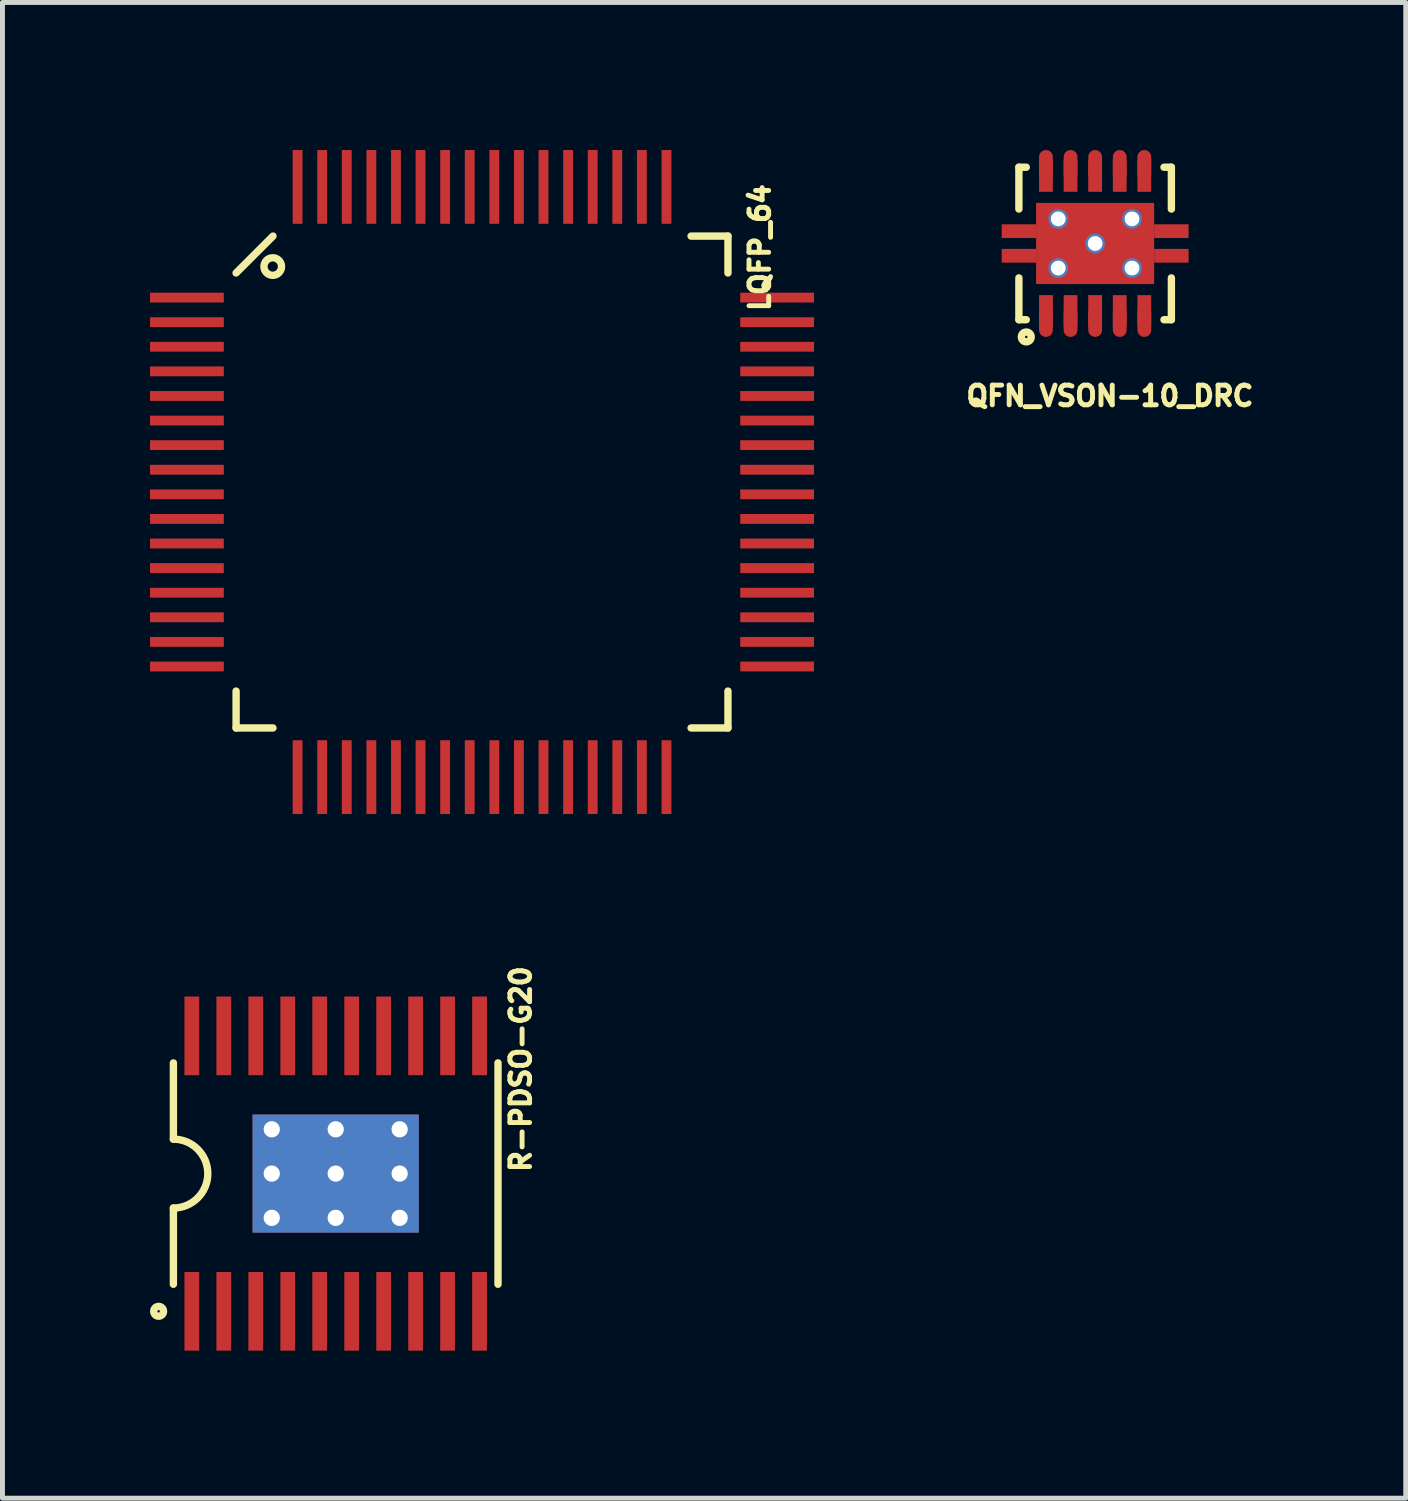
<source format=kicad_pcb>
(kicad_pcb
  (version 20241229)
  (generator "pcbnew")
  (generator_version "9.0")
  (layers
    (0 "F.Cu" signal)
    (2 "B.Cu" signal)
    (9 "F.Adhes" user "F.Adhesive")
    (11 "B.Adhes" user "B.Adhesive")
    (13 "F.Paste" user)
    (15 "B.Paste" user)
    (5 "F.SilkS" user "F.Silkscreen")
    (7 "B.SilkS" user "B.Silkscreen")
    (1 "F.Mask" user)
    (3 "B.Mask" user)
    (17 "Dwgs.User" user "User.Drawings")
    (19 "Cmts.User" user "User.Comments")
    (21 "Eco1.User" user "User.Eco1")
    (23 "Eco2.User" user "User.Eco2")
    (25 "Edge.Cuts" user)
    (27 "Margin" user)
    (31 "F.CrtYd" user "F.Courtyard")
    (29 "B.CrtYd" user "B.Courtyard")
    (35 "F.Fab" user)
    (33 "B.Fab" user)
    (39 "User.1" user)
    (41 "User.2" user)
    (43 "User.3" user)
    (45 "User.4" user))
  (footprint "LQFP_64"
    (layer "F.Cu")
    (at 6.75 6.75)
    (property "Reference" "LQFP_64" (at 5.648 -4.766 90) (layer "F.SilkS") (effects (font (size 0.4 0.4) (thickness 0.1))))
    (attr through_hole)
    (fp_line (start -5 -4.25) (end -4.25 -5) (stroke (width 0.15) (type solid)) (layer "F.SilkS"))
    (fp_line (start -5 5) (end -5 4.25) (stroke (width 0.15) (type solid)) (layer "F.SilkS"))
    (fp_line (start -4.25 5) (end -5 5) (stroke (width 0.15) (type solid)) (layer "F.SilkS"))
    (fp_line (start 4.25 -5) (end 5 -5) (stroke (width 0.15) (type solid)) (layer "F.SilkS"))
    (fp_line (start 4.25 5) (end 5 5) (stroke (width 0.15) (type solid)) (layer "F.SilkS"))
    (fp_line (start 5 -5) (end 5 -4.25) (stroke (width 0.15) (type solid)) (layer "F.SilkS"))
    (fp_line (start 5 5) (end 5 4.25) (stroke (width 0.15) (type solid)) (layer "F.SilkS"))
    (fp_circle (center -4.255 -4.381) (end -4.128 -4.255) (stroke (width 0.15) (type solid)) (fill no) (layer "F.SilkS"))
    (pad "1" smd rect (at -6 -3.75 90) (size 0.2 1.5) (layers "F.Cu" "F.Mask" "F.Paste"))
    (pad "2" smd rect (at -6 -3.25 90) (size 0.2 1.5) (layers "F.Cu" "F.Mask" "F.Paste"))
    (pad "3" smd rect (at -6 -2.75 90) (size 0.2 1.5) (layers "F.Cu" "F.Mask" "F.Paste"))
    (pad "4" smd rect (at -6 -2.25 90) (size 0.2 1.5) (layers "F.Cu" "F.Mask" "F.Paste"))
    (pad "5" smd rect (at -6 -1.75 90) (size 0.2 1.5) (layers "F.Cu" "F.Mask" "F.Paste"))
    (pad "6" smd rect (at -6 -1.25 90) (size 0.2 1.5) (layers "F.Cu" "F.Mask" "F.Paste"))
    (pad "7" smd rect (at -6 -0.75 90) (size 0.2 1.5) (layers "F.Cu" "F.Mask" "F.Paste"))
    (pad "8" smd rect (at -6 -0.25 90) (size 0.2 1.5) (layers "F.Cu" "F.Mask" "F.Paste"))
    (pad "9" smd rect (at -6 0.25 90) (size 0.2 1.5) (layers "F.Cu" "F.Mask" "F.Paste"))
    (pad "10" smd rect (at -6 0.75 90) (size 0.2 1.5) (layers "F.Cu" "F.Mask" "F.Paste"))
    (pad "11" smd rect (at -6 1.25 90) (size 0.2 1.5) (layers "F.Cu" "F.Mask" "F.Paste"))
    (pad "12" smd rect (at -6 1.75 90) (size 0.2 1.5) (layers "F.Cu" "F.Mask" "F.Paste"))
    (pad "13" smd rect (at -6 2.25 90) (size 0.2 1.5) (layers "F.Cu" "F.Mask" "F.Paste"))
    (pad "14" smd rect (at -6 2.75 90) (size 0.2 1.5) (layers "F.Cu" "F.Mask" "F.Paste"))
    (pad "15" smd rect (at -6 3.25 90) (size 0.2 1.5) (layers "F.Cu" "F.Mask" "F.Paste"))
    (pad "16" smd rect (at -6 3.75 90) (size 0.2 1.5) (layers "F.Cu" "F.Mask" "F.Paste"))
    (pad "17" smd rect (at -3.75 6) (size 0.2 1.5) (layers "F.Cu" "F.Mask" "F.Paste"))
    (pad "18" smd rect (at -3.25 6) (size 0.2 1.5) (layers "F.Cu" "F.Mask" "F.Paste"))
    (pad "19" smd rect (at -2.75 6) (size 0.2 1.5) (layers "F.Cu" "F.Mask" "F.Paste"))
    (pad "20" smd rect (at -2.25 6) (size 0.2 1.5) (layers "F.Cu" "F.Mask" "F.Paste"))
    (pad "21" smd rect (at -1.75 6) (size 0.2 1.5) (layers "F.Cu" "F.Mask" "F.Paste"))
    (pad "22" smd rect (at -1.25 6) (size 0.2 1.5) (layers "F.Cu" "F.Mask" "F.Paste"))
    (pad "23" smd rect (at -0.75 6) (size 0.2 1.5) (layers "F.Cu" "F.Mask" "F.Paste"))
    (pad "24" smd rect (at -0.25 6) (size 0.2 1.5) (layers "F.Cu" "F.Mask" "F.Paste"))
    (pad "25" smd rect (at 0.25 6) (size 0.2 1.5) (layers "F.Cu" "F.Mask" "F.Paste"))
    (pad "26" smd rect (at 0.75 6) (size 0.2 1.5) (layers "F.Cu" "F.Mask" "F.Paste"))
    (pad "27" smd rect (at 1.25 6) (size 0.2 1.5) (layers "F.Cu" "F.Mask" "F.Paste"))
    (pad "28" smd rect (at 1.75 6) (size 0.2 1.5) (layers "F.Cu" "F.Mask" "F.Paste"))
    (pad "29" smd rect (at 2.25 6) (size 0.2 1.5) (layers "F.Cu" "F.Mask" "F.Paste"))
    (pad "30" smd rect (at 2.75 6) (size 0.2 1.5) (layers "F.Cu" "F.Mask" "F.Paste"))
    (pad "31" smd rect (at 3.25 6) (size 0.2 1.5) (layers "F.Cu" "F.Mask" "F.Paste"))
    (pad "32" smd rect (at 3.75 6) (size 0.2 1.5) (layers "F.Cu" "F.Mask" "F.Paste"))
    (pad "33" smd rect (at 6 3.75 90) (size 0.2 1.5) (layers "F.Cu" "F.Mask" "F.Paste"))
    (pad "34" smd rect (at 6 3.25 90) (size 0.2 1.5) (layers "F.Cu" "F.Mask" "F.Paste"))
    (pad "35" smd rect (at 6 2.75 90) (size 0.2 1.5) (layers "F.Cu" "F.Mask" "F.Paste"))
    (pad "36" smd rect (at 6 2.25 90) (size 0.2 1.5) (layers "F.Cu" "F.Mask" "F.Paste"))
    (pad "37" smd rect (at 6 1.75 90) (size 0.2 1.5) (layers "F.Cu" "F.Mask" "F.Paste"))
    (pad "38" smd rect (at 6 1.25 90) (size 0.2 1.5) (layers "F.Cu" "F.Mask" "F.Paste"))
    (pad "39" smd rect (at 6 0.75 90) (size 0.2 1.5) (layers "F.Cu" "F.Mask" "F.Paste"))
    (pad "40" smd rect (at 6 0.25 90) (size 0.2 1.5) (layers "F.Cu" "F.Mask" "F.Paste"))
    (pad "41" smd rect (at 6 -0.25 90) (size 0.2 1.5) (layers "F.Cu" "F.Mask" "F.Paste"))
    (pad "42" smd rect (at 6 -0.75 90) (size 0.2 1.5) (layers "F.Cu" "F.Mask" "F.Paste"))
    (pad "43" smd rect (at 6 -1.25 90) (size 0.2 1.5) (layers "F.Cu" "F.Mask" "F.Paste"))
    (pad "44" smd rect (at 6 -1.75 90) (size 0.2 1.5) (layers "F.Cu" "F.Mask" "F.Paste"))
    (pad "45" smd rect (at 6 -2.25 90) (size 0.2 1.5) (layers "F.Cu" "F.Mask" "F.Paste"))
    (pad "46" smd rect (at 6 -2.75 90) (size 0.2 1.5) (layers "F.Cu" "F.Mask" "F.Paste"))
    (pad "47" smd rect (at 6 -3.25 90) (size 0.2 1.5) (layers "F.Cu" "F.Mask" "F.Paste"))
    (pad "48" smd rect (at 6 -3.75 90) (size 0.2 1.5) (layers "F.Cu" "F.Mask" "F.Paste"))
    (pad "49" smd rect (at 3.75 -6) (size 0.2 1.5) (layers "F.Cu" "F.Mask" "F.Paste"))
    (pad "50" smd rect (at 3.25 -6) (size 0.2 1.5) (layers "F.Cu" "F.Mask" "F.Paste"))
    (pad "51" smd rect (at 2.75 -6) (size 0.2 1.5) (layers "F.Cu" "F.Mask" "F.Paste"))
    (pad "52" smd rect (at 2.25 -6) (size 0.2 1.5) (layers "F.Cu" "F.Mask" "F.Paste"))
    (pad "53" smd rect (at 1.75 -6) (size 0.2 1.5) (layers "F.Cu" "F.Mask" "F.Paste"))
    (pad "54" smd rect (at 1.25 -6) (size 0.2 1.5) (layers "F.Cu" "F.Mask" "F.Paste"))
    (pad "55" smd rect (at 0.75 -6) (size 0.2 1.5) (layers "F.Cu" "F.Mask" "F.Paste"))
    (pad "56" smd rect (at 0.25 -6) (size 0.2 1.5) (layers "F.Cu" "F.Mask" "F.Paste"))
    (pad "57" smd rect (at -0.25 -6) (size 0.2 1.5) (layers "F.Cu" "F.Mask" "F.Paste"))
    (pad "58" smd rect (at -0.75 -6) (size 0.2 1.5) (layers "F.Cu" "F.Mask" "F.Paste"))
    (pad "59" smd rect (at -1.25 -6) (size 0.2 1.5) (layers "F.Cu" "F.Mask" "F.Paste"))
    (pad "60" smd rect (at -1.75 -6) (size 0.2 1.5) (layers "F.Cu" "F.Mask" "F.Paste"))
    (pad "61" smd rect (at -2.25 -6) (size 0.2 1.5) (layers "F.Cu" "F.Mask" "F.Paste"))
    (pad "62" smd rect (at -2.75 -6) (size 0.2 1.5) (layers "F.Cu" "F.Mask" "F.Paste"))
    (pad "63" smd rect (at -3.25 -6) (size 0.2 1.5) (layers "F.Cu" "F.Mask" "F.Paste"))
    (pad "64" smd rect (at -3.75 -6) (size 0.2 1.5) (layers "F.Cu" "F.Mask" "F.Paste")))
  (footprint "R-PDSO-G20"
    (layer "F.Cu")
    (at 3.775 20.81)
    (property "Reference" "R-PDSO-G20" (at 3.762 -2.124 90) (layer "F.SilkS") (effects (font (size 0.4 0.4) (thickness 0.1))))
    (attr through_hole)
    (fp_line (start -3.3 -0.7) (end -3.3 -2.25) (stroke (width 0.15) (type solid)) (layer "F.SilkS"))
    (fp_line (start -3.3 0.7) (end -3.3 2.25) (stroke (width 0.15) (type solid)) (layer "F.SilkS"))
    (fp_line (start 3.3 -2.25) (end 3.3 2.25) (stroke (width 0.15) (type solid)) (layer "F.SilkS"))
    (fp_arc (start -3.3 -0.7) (mid -2.6 0) (end -3.3 0.7) (stroke (width 0.15) (type solid)) (layer "F.SilkS"))
    (fp_circle (center -3.6 2.8) (end -3.6 2.7) (stroke (width 0.15) (type solid)) (fill no) (layer "F.SilkS"))
    (pad "1" smd rect (at -2.925 2.8) (size 0.3 1.6) (layers "F.Cu" "F.Mask" "F.Paste"))
    (pad "2" smd rect (at -2.275 2.8) (size 0.3 1.6) (layers "F.Cu" "F.Mask" "F.Paste"))
    (pad "3" smd rect (at -1.625 2.8) (size 0.3 1.6) (layers "F.Cu" "F.Mask" "F.Paste"))
    (pad "4" smd rect (at -0.975 2.8) (size 0.3 1.6) (layers "F.Cu" "F.Mask" "F.Paste"))
    (pad "5" smd rect (at -0.325 2.8) (size 0.3 1.6) (layers "F.Cu" "F.Mask" "F.Paste"))
    (pad "6" smd rect (at 0.325 2.8) (size 0.3 1.6) (layers "F.Cu" "F.Mask" "F.Paste"))
    (pad "7" smd rect (at 0.975 2.8) (size 0.3 1.6) (layers "F.Cu" "F.Mask" "F.Paste"))
    (pad "8" smd rect (at 1.625 2.8) (size 0.3 1.6) (layers "F.Cu" "F.Mask" "F.Paste"))
    (pad "9" smd rect (at 2.275 2.8) (size 0.3 1.6) (layers "F.Cu" "F.Mask" "F.Paste"))
    (pad "10" smd rect (at 2.925 2.8) (size 0.3 1.6) (layers "F.Cu" "F.Mask" "F.Paste"))
    (pad "11" smd rect (at 2.925 -2.8) (size 0.3 1.6) (layers "F.Cu" "F.Mask" "F.Paste"))
    (pad "12" smd rect (at 2.275 -2.8) (size 0.3 1.6) (layers "F.Cu" "F.Mask" "F.Paste"))
    (pad "13" smd rect (at 1.625 -2.8) (size 0.3 1.6) (layers "F.Cu" "F.Mask" "F.Paste"))
    (pad "14" smd rect (at 0.975 -2.8) (size 0.3 1.6) (layers "F.Cu" "F.Mask" "F.Paste"))
    (pad "15" smd rect (at 0.325 -2.8) (size 0.3 1.6) (layers "F.Cu" "F.Mask" "F.Paste"))
    (pad "16" smd rect (at -0.325 -2.8) (size 0.3 1.6) (layers "F.Cu" "F.Mask" "F.Paste"))
    (pad "17" smd rect (at -0.975 -2.8) (size 0.3 1.6) (layers "F.Cu" "F.Mask" "F.Paste"))
    (pad "18" smd rect (at -1.625 -2.8) (size 0.3 1.6) (layers "F.Cu" "F.Mask" "F.Paste"))
    (pad "19" smd rect (at -2.275 -2.8) (size 0.3 1.6) (layers "F.Cu" "F.Mask" "F.Paste"))
    (pad "20" smd rect (at -2.925 -2.8) (size 0.3 1.6) (layers "F.Cu" "F.Mask" "F.Paste"))
    (pad "21" thru_hole circle (at -1.3 -0.9) (size 0.51 0.51) (drill 0.33) (layers "*.Cu"))
    (pad "21" thru_hole circle (at -1.3 0) (size 0.51 0.51) (drill 0.33) (layers "*.Cu"))
    (pad "21" thru_hole circle (at -1.3 0.9) (size 0.51 0.51) (drill 0.33) (layers "*.Cu"))
    (pad "21" smd rect (at -0.845 -0.6) (size 1 1) (layers "F.Cu" "F.Paste"))
    (pad "21" smd rect (at -0.845 0.6) (size 1 1) (layers "F.Cu" "F.Paste"))
    (pad "21" thru_hole circle (at 0 -0.9) (size 0.51 0.51) (drill 0.33) (layers "*.Cu"))
    (pad "21" thru_hole circle (at 0 0) (size 0.51 0.51) (drill 0.33) (layers "*.Cu"))
    (pad "21" smd rect (at 0 0) (size 3.38 2.4) (layers "F.Cu" "F.Mask"))
    (pad "21" smd rect (at 0 0) (size 3.38 2.4) (layers "B.Cu"))
    (pad "21" thru_hole circle (at 0 0.9) (size 0.51 0.51) (drill 0.33) (layers "*.Cu"))
    (pad "21" smd rect (at 0.845 -0.6) (size 1 1) (layers "F.Cu" "F.Paste"))
    (pad "21" smd rect (at 0.845 0.6) (size 1 1) (layers "F.Cu" "F.Paste"))
    (pad "21" thru_hole circle (at 1.3 -0.9) (size 0.51 0.51) (drill 0.33) (layers "*.Cu"))
    (pad "21" thru_hole circle (at 1.3 0) (size 0.51 0.51) (drill 0.33) (layers "*.Cu"))
    (pad "21" thru_hole circle (at 1.3 0.9) (size 0.51 0.51) (drill 0.33) (layers "*.Cu")))
  (footprint "QFN_VSON-10_DRC"
    (layer "F.Cu")
    (at 19.215 1.9)
    (property "Reference" "QFN_VSON-10_DRC" (at 0.3 3.1 0) (layer "F.SilkS") (effects (font (size 0.4 0.4) (thickness 0.1))))
    (attr through_hole)
    (fp_line (start -1.55 -1.55) (end -1.55 -0.7) (stroke (width 0.15) (type solid)) (layer "F.SilkS"))
    (fp_line (start -1.55 -1.55) (end -1.4 -1.55) (stroke (width 0.15) (type solid)) (layer "F.SilkS"))
    (fp_line (start -1.55 0.7) (end -1.55 1.55) (stroke (width 0.15) (type solid)) (layer "F.SilkS"))
    (fp_line (start -1.55 1.55) (end -1.4 1.55) (stroke (width 0.15) (type solid)) (layer "F.SilkS"))
    (fp_line (start 1.55 -1.55) (end 1.4 -1.55) (stroke (width 0.15) (type solid)) (layer "F.SilkS"))
    (fp_line (start 1.55 -1.55) (end 1.55 -0.7) (stroke (width 0.15) (type solid)) (layer "F.SilkS"))
    (fp_line (start 1.55 0.7) (end 1.55 1.55) (stroke (width 0.15) (type solid)) (layer "F.SilkS"))
    (fp_line (start 1.55 1.55) (end 1.4 1.55) (stroke (width 0.15) (type solid)) (layer "F.SilkS"))
    (fp_circle (center -1.4 1.9) (end -1.5 1.9) (stroke (width 0.15) (type solid)) (fill no) (layer "F.SilkS"))
    (pad "1" smd rect (at -1 1.369) (size 0.28 0.637) (layers "F.Cu" "F.Mask" "F.Paste"))
    (pad "1" smd oval (at -1 1.581) (size 0.28 0.637) (layers "F.Cu" "F.Mask" "F.Paste"))
    (pad "2" smd rect (at -0.5 1.369) (size 0.28 0.637) (layers "F.Cu" "F.Mask" "F.Paste"))
    (pad "2" smd oval (at -0.5 1.581) (size 0.28 0.637) (layers "F.Cu" "F.Mask" "F.Paste"))
    (pad "3" smd rect (at 0 1.369) (size 0.28 0.637) (layers "F.Cu" "F.Mask" "F.Paste"))
    (pad "3" smd oval (at 0 1.581) (size 0.28 0.637) (layers "F.Cu" "F.Mask" "F.Paste"))
    (pad "4" smd rect (at 0.5 1.369) (size 0.28 0.637) (layers "F.Cu" "F.Mask" "F.Paste"))
    (pad "4" smd oval (at 0.5 1.581) (size 0.28 0.637) (layers "F.Cu" "F.Mask" "F.Paste"))
    (pad "5" smd rect (at 1 1.369) (size 0.28 0.637) (layers "F.Cu" "F.Mask" "F.Paste"))
    (pad "5" smd oval (at 1 1.581) (size 0.28 0.637) (layers "F.Cu" "F.Mask" "F.Paste"))
    (pad "6" smd oval (at 1 -1.581) (size 0.28 0.637) (layers "F.Cu" "F.Mask" "F.Paste"))
    (pad "6" smd rect (at 1 -1.369) (size 0.28 0.637) (layers "F.Cu" "F.Mask" "F.Paste"))
    (pad "7" smd oval (at 0.5 -1.581) (size 0.28 0.637) (layers "F.Cu" "F.Mask" "F.Paste"))
    (pad "7" smd rect (at 0.5 -1.369) (size 0.28 0.637) (layers "F.Cu" "F.Mask" "F.Paste"))
    (pad "8" smd oval (at 0 -1.581) (size 0.28 0.637) (layers "F.Cu" "F.Mask" "F.Paste"))
    (pad "8" smd rect (at 0 -1.369) (size 0.28 0.637) (layers "F.Cu" "F.Mask" "F.Paste"))
    (pad "9" smd oval (at -0.5 -1.581) (size 0.28 0.637) (layers "F.Cu" "F.Mask" "F.Paste"))
    (pad "9" smd rect (at -0.5 -1.369) (size 0.28 0.637) (layers "F.Cu" "F.Mask" "F.Paste"))
    (pad "10" smd oval (at -1 -1.581) (size 0.28 0.637) (layers "F.Cu" "F.Mask" "F.Paste"))
    (pad "10" smd rect (at -1 -1.369) (size 0.28 0.637) (layers "F.Cu" "F.Mask" "F.Paste"))
    (pad "11" smd rect (at -1.55 -0.25) (size 0.7 0.28) (layers "F.Cu" "F.Mask" "F.Paste"))
    (pad "11" smd rect (at -1.55 0.25) (size 0.7 0.28) (layers "F.Cu" "F.Mask" "F.Paste"))
    (pad "11" thru_hole circle (at -0.75 -0.5) (size 0.4 0.4) (drill 0.3) (layers "*.Cu" "*.Mask"))
    (pad "11" thru_hole circle (at -0.75 0.5) (size 0.4 0.4) (drill 0.3) (layers "*.Cu" "*.Mask"))
    (pad "11" thru_hole circle (at 0 0) (size 0.4 0.4) (drill 0.3) (layers "*.Cu" "*.Mask"))
    (pad "11" smd rect (at 0 0) (size 2.4 1.65) (layers "F.Cu" "F.Mask" "F.Paste"))
    (pad "11" thru_hole circle (at 0.75 -0.5) (size 0.4 0.4) (drill 0.3) (layers "*.Cu" "*.Mask"))
    (pad "11" thru_hole circle (at 0.75 0.5) (size 0.4 0.4) (drill 0.3) (layers "*.Cu" "*.Mask"))
    (pad "11" smd rect (at 1.55 -0.25) (size 0.7 0.28) (layers "F.Cu" "F.Mask" "F.Paste"))
    (pad "11" smd rect (at 1.55 0.25) (size 0.7 0.28) (layers "F.Cu" "F.Mask" "F.Paste")))
  (gr_rect
    (start -3 -3)
    (end 25.53 27.41)
    (stroke (width 0.1) (type default))
    (fill no)
    (layer "Edge.Cuts")))
</source>
